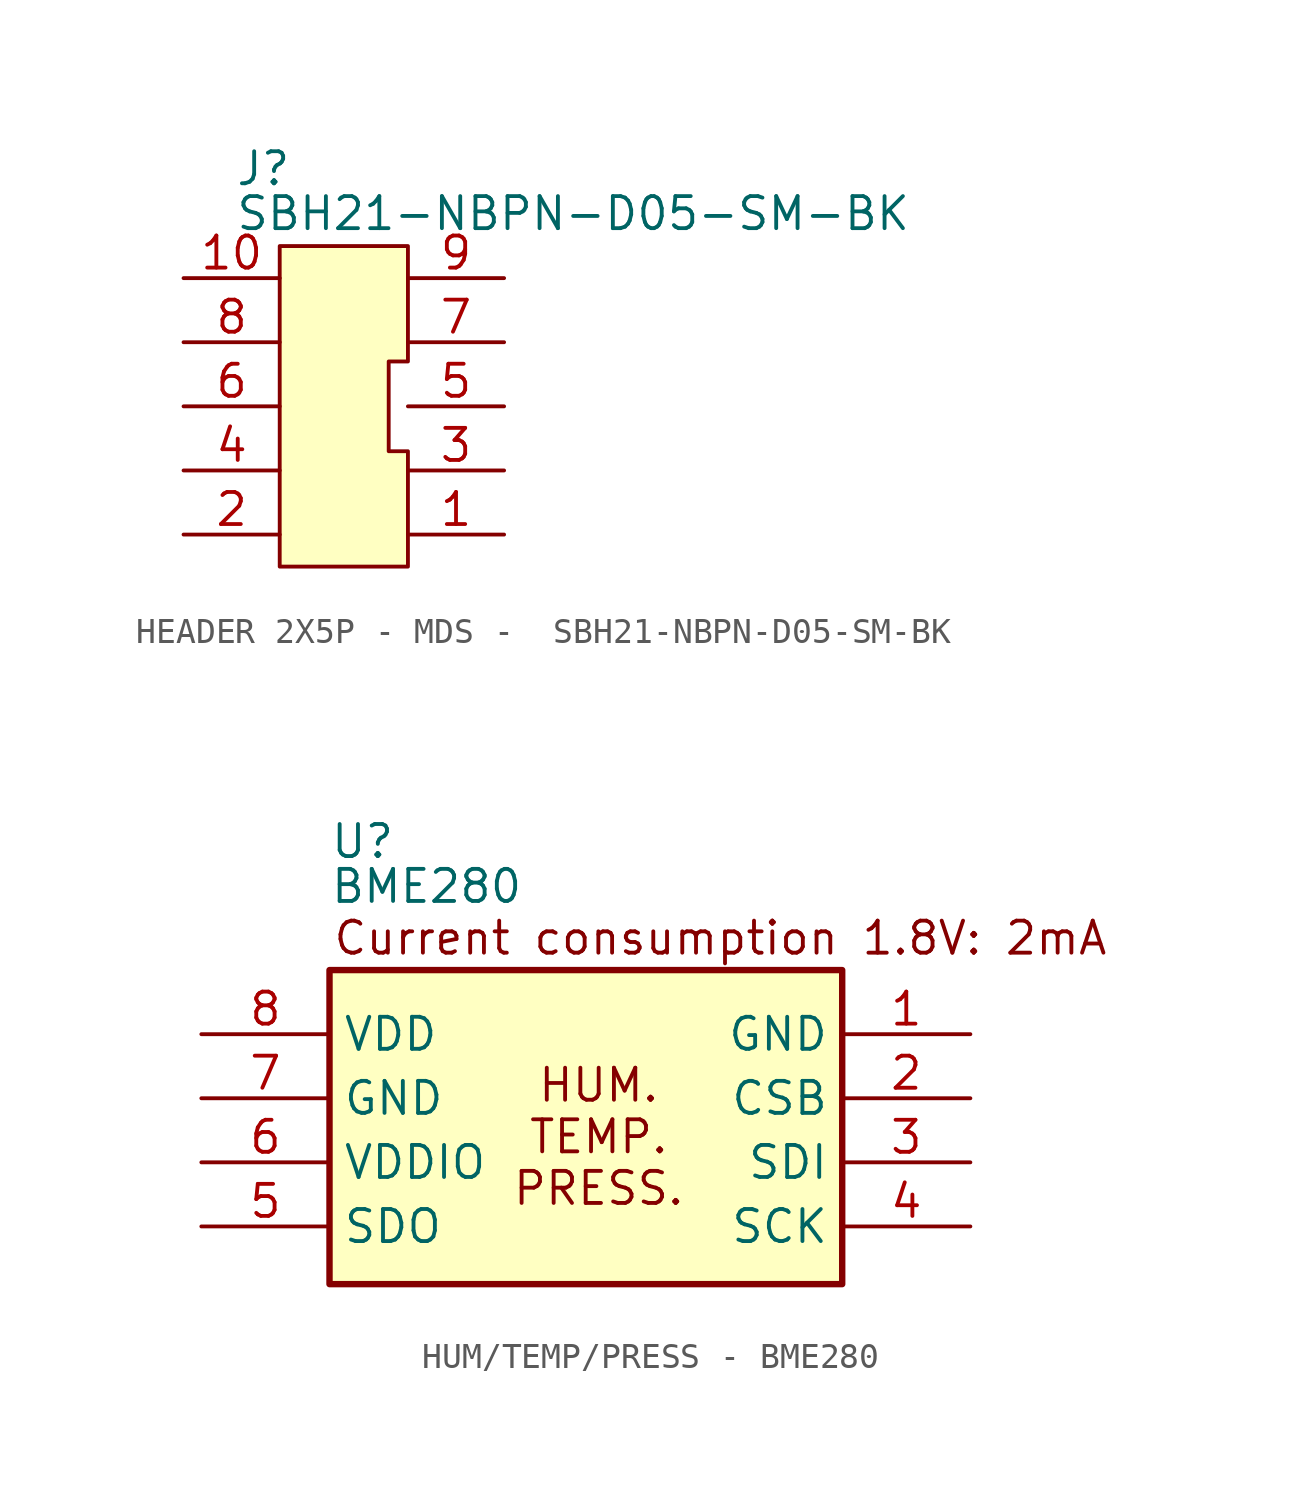
<source format=kicad_sym>
(kicad_symbol_lib
  (version 20241209)
  (generator "kicad_symbol_editor")
  (generator_version "9.0")
  (symbol "HEADER 2X5P - MDS -  SBH21-NBPN-D05-SM-BK"
    (pin_names
      (hide yes))
    (property "Reference" "J"
      (at -4.318 6.35 0)
      (effects (font (size 1.27 1.27)) (justify left top)))
    (property "Value" "SBH21-NBPN-D05-SM-BK"
      (at -4.318 4.572 0)
      (effects (font (size 1.27 1.27)) (justify left top)))
    (symbol "HEADER 2X5P - MDS -  SBH21-NBPN-D05-SM-BK_1_1"
      (polyline (pts (xy 2.54 2.54) (xy -2.54 2.54) (xy -2.54 -10.16) (xy 2.54 -10.16) (xy 2.54 -5.588) (xy 1.778 -5.588) (xy 1.778 -2.032) (xy 2.54 -2.032) (xy 2.54 2.54) (xy 2.54 2.54)) (stroke (width 0) (type default)) (fill (type background)))
      (pin passive line (at -6.35 1.27 0) (length 3.81) (name "10" (effects (font (size 1.27 1.27)))) (number "10" (effects (font (size 1.27 1.27)))))
      (pin passive line (at -6.35 -1.27 0) (length 3.81) (name "8" (effects (font (size 1.27 1.27)))) (number "8" (effects (font (size 1.27 1.27)))))
      (pin passive line (at -6.35 -3.81 0) (length 3.81) (name "6" (effects (font (size 1.27 1.27)))) (number "6" (effects (font (size 1.27 1.27)))))
      (pin passive line (at -6.35 -6.35 0) (length 3.81) (name "4" (effects (font (size 1.27 1.27)))) (number "4" (effects (font (size 1.27 1.27)))))
      (pin passive line (at -6.35 -8.89 0) (length 3.81) (name "2" (effects (font (size 1.27 1.27)))) (number "2" (effects (font (size 1.27 1.27)))))
      (pin passive line (at 6.35 1.27 180) (length 3.81) (name "9" (effects (font (size 1.27 1.27)))) (number "9" (effects (font (size 1.27 1.27)))))
      (pin passive line (at 6.35 -1.27 180) (length 3.81) (name "7" (effects (font (size 1.27 1.27)))) (number "7" (effects (font (size 1.27 1.27)))))
      (pin passive line (at 6.35 -3.81 180) (length 3.81) (name "5" (effects (font (size 1.27 1.27)))) (number "5" (effects (font (size 1.27 1.27)))))
      (pin passive line (at 6.35 -6.35 180) (length 3.81) (name "3" (effects (font (size 1.27 1.27)))) (number "3" (effects (font (size 1.27 1.27)))))
      (pin passive line (at 6.35 -8.89 180) (length 3.81) (name "1" (effects (font (size 1.27 1.27)))) (number "1" (effects (font (size 1.27 1.27)))))))
  (symbol "HUM/TEMP/PRESS - BME280"
    (property "Reference" "U"
      (at -10.16 12.192 0)
      (effects (font (size 1.27 1.27)) (justify left top)))
    (property "Value" "BME280"
      (at -10.16 10.414 0)
      (effects (font (size 1.27 1.27)) (justify left top)))
    (symbol "HUM/TEMP/PRESS - BME280_1_1"
      (rectangle (start -10.16 6.35) (end 10.16 -6.096) (stroke (width 0.254) (type default)) (fill (type background)))
      (text "HUM.\nTEMP.\nPRESS." (at 0.508 -0.254 0) (effects (font (size 1.27 1.27))))
      (text "Current consumption 1.8V: 2mA\n" (at 5.334 7.62 0) (effects (font (size 1.27 1.27) (color 132 0 0 1))))
      (pin power_in line (at -15.24 3.81 0) (length 5.08) (name "VDD" (effects (font (size 1.27 1.27)))) (number "8" (effects (font (size 1.27 1.27)))))
      (pin power_in line (at -15.24 1.27 0) (length 5.08) (name "GND" (effects (font (size 1.27 1.27)))) (number "7" (effects (font (size 1.27 1.27)))))
      (pin power_in line (at -15.24 -1.27 0) (length 5.08) (name "VDDIO" (effects (font (size 1.27 1.27)))) (number "6" (effects (font (size 1.27 1.27)))))
      (pin output line (at -15.24 -3.81 0) (length 5.08) (name "SDO" (effects (font (size 1.27 1.27)))) (number "5" (effects (font (size 1.27 1.27)))))
      (pin power_out line (at 15.24 3.81 180) (length 5.08) (name "GND" (effects (font (size 1.27 1.27)))) (number "1" (effects (font (size 1.27 1.27)))))
      (pin input line (at 15.24 1.27 180) (length 5.08) (name "CSB" (effects (font (size 1.27 1.27)))) (number "2" (effects (font (size 1.27 1.27)))))
      (pin input line (at 15.24 -1.27 180) (length 5.08) (name "SDI" (effects (font (size 1.27 1.27)))) (number "3" (effects (font (size 1.27 1.27)))))
      (pin input line (at 15.24 -3.81 180) (length 5.08) (name "SCK" (effects (font (size 1.27 1.27)))) (number "4" (effects (font (size 1.27 1.27))))))))
</source>
